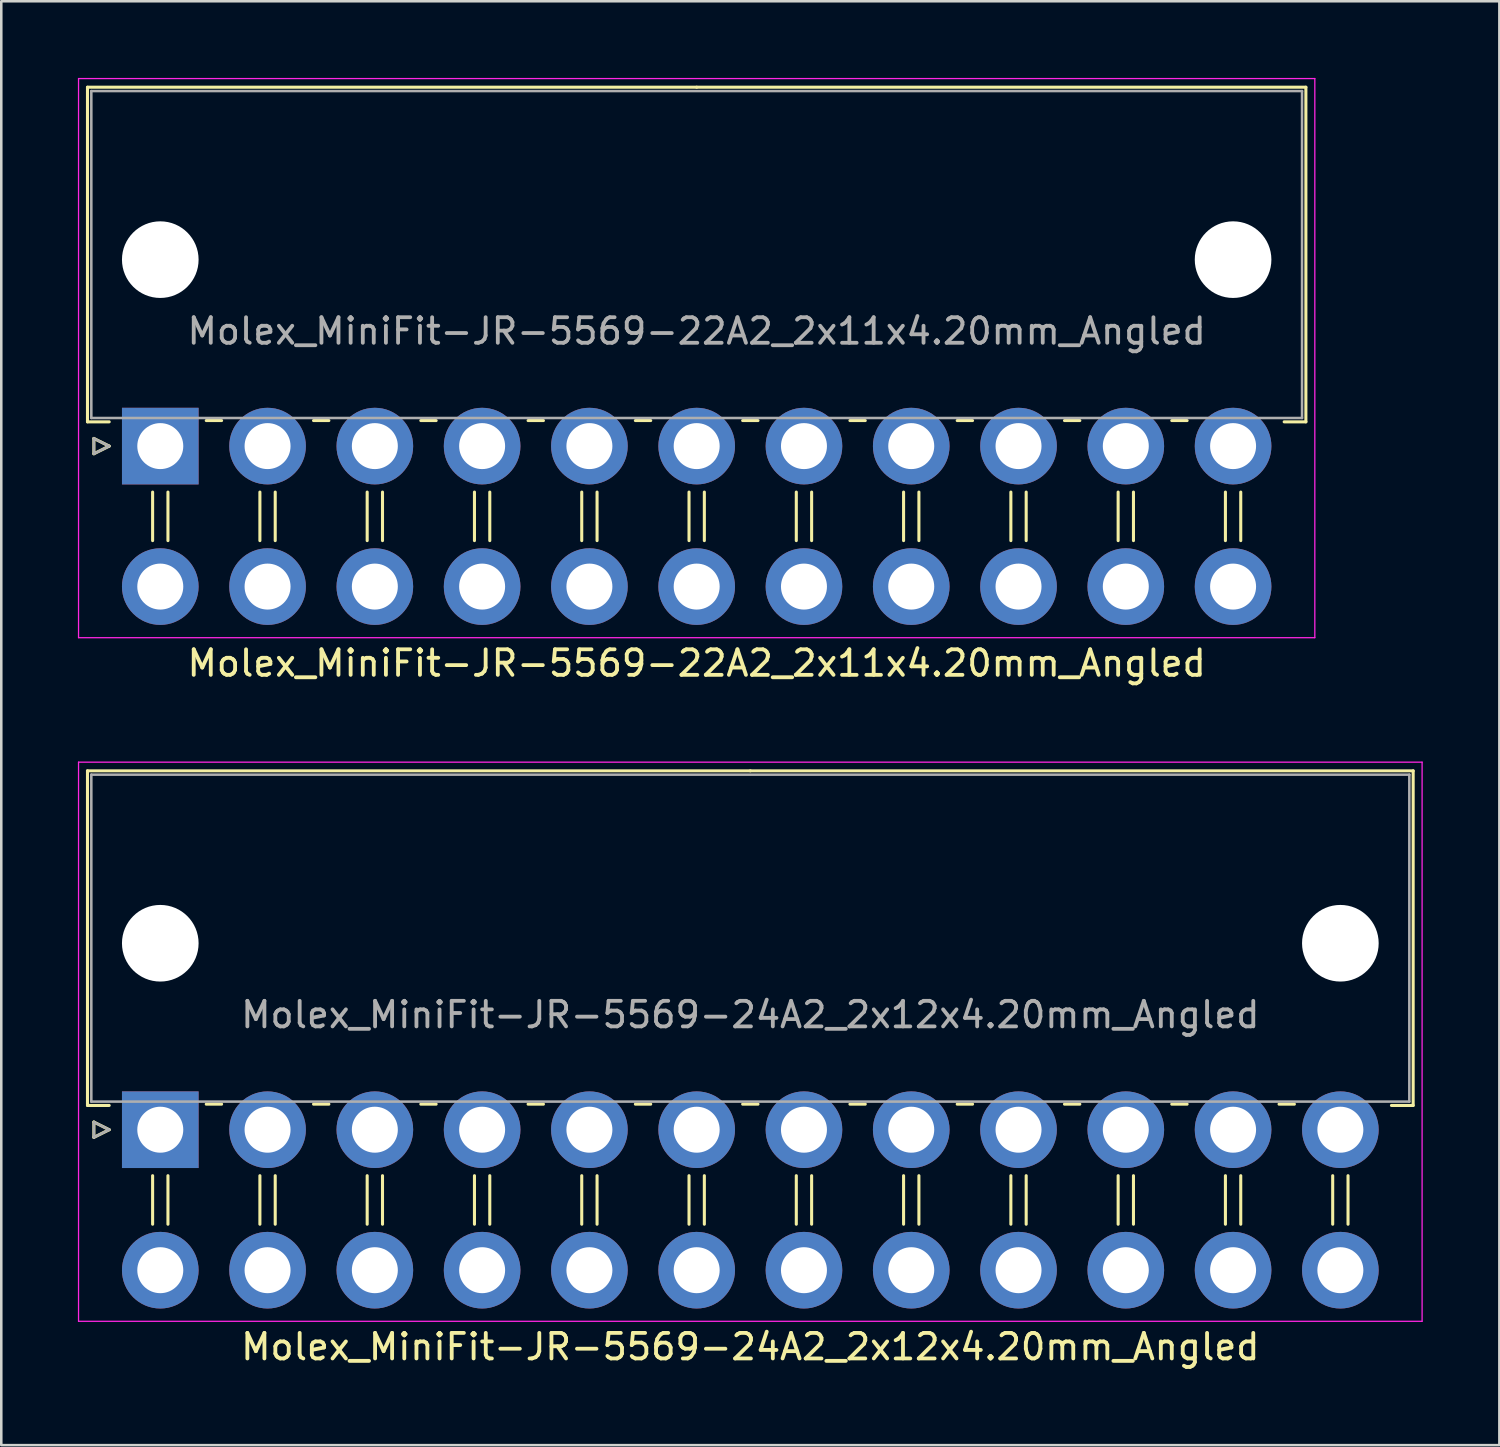
<source format=kicad_pcb>
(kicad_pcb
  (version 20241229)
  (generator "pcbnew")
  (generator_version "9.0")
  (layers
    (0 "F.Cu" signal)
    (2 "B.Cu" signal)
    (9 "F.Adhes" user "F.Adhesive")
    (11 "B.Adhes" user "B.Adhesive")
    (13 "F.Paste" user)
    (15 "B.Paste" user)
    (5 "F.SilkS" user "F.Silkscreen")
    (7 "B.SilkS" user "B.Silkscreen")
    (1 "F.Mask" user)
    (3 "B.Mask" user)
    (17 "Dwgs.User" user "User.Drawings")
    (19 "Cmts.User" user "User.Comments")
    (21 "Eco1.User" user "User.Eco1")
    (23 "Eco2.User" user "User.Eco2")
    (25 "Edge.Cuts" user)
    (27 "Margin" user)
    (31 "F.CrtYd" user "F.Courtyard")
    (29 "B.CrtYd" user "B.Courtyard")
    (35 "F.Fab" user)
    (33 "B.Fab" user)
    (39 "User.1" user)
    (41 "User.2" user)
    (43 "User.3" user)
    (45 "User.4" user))
  (footprint "Molex_MiniFit-JR-5569-24A2_2x12x4.20mm_Angled"
    (layer "F.Cu")
    (at 3.225 41.178)
    (property "Reference" "Molex_MiniFit-JR-5569-24A2_2x12x4.20mm_Angled" (at 23.1 8.5 0) (layer "F.SilkS") (effects (font (size 1 1) (thickness 0.15))))
    (attr through_hole)
    (fp_line (start -2.85 -14.05) (end 23.1 -14.05) (stroke (width 0.12) (type solid)) (layer "F.SilkS"))
    (fp_line (start -2.85 -0.95) (end -2.85 -14.05) (stroke (width 0.12) (type solid)) (layer "F.SilkS"))
    (fp_line (start -2.6 -0.3) (end -2 0) (stroke (width 0.12) (type solid)) (layer "F.SilkS"))
    (fp_line (start -2.6 0.3) (end -2.6 -0.3) (stroke (width 0.12) (type solid)) (layer "F.SilkS"))
    (fp_line (start -2 -0.95) (end -2.85 -0.95) (stroke (width 0.12) (type solid)) (layer "F.SilkS"))
    (fp_line (start -2 0) (end -2.6 0.3) (stroke (width 0.12) (type solid)) (layer "F.SilkS"))
    (fp_line (start -0.3 1.8) (end -0.3 3.7) (stroke (width 0.12) (type solid)) (layer "F.SilkS"))
    (fp_line (start 0.3 1.8) (end 0.3 3.7) (stroke (width 0.12) (type solid)) (layer "F.SilkS"))
    (fp_line (start 1.8 -1) (end 2.4 -1) (stroke (width 0.12) (type solid)) (layer "F.SilkS"))
    (fp_line (start 3.9 1.8) (end 3.9 3.7) (stroke (width 0.12) (type solid)) (layer "F.SilkS"))
    (fp_line (start 4.5 1.8) (end 4.5 3.7) (stroke (width 0.12) (type solid)) (layer "F.SilkS"))
    (fp_line (start 6 -1) (end 6.6 -1) (stroke (width 0.12) (type solid)) (layer "F.SilkS"))
    (fp_line (start 8.1 1.8) (end 8.1 3.7) (stroke (width 0.12) (type solid)) (layer "F.SilkS"))
    (fp_line (start 8.7 1.8) (end 8.7 3.7) (stroke (width 0.12) (type solid)) (layer "F.SilkS"))
    (fp_line (start 10.2 -1) (end 10.8 -1) (stroke (width 0.12) (type solid)) (layer "F.SilkS"))
    (fp_line (start 12.3 1.8) (end 12.3 3.7) (stroke (width 0.12) (type solid)) (layer "F.SilkS"))
    (fp_line (start 12.9 1.8) (end 12.9 3.7) (stroke (width 0.12) (type solid)) (layer "F.SilkS"))
    (fp_line (start 14.4 -1) (end 15 -1) (stroke (width 0.12) (type solid)) (layer "F.SilkS"))
    (fp_line (start 16.5 1.8) (end 16.5 3.7) (stroke (width 0.12) (type solid)) (layer "F.SilkS"))
    (fp_line (start 17.1 1.8) (end 17.1 3.7) (stroke (width 0.12) (type solid)) (layer "F.SilkS"))
    (fp_line (start 18.6 -1) (end 19.2 -1) (stroke (width 0.12) (type solid)) (layer "F.SilkS"))
    (fp_line (start 20.7 1.8) (end 20.7 3.7) (stroke (width 0.12) (type solid)) (layer "F.SilkS"))
    (fp_line (start 21.3 1.8) (end 21.3 3.7) (stroke (width 0.12) (type solid)) (layer "F.SilkS"))
    (fp_line (start 22.8 -1) (end 23.4 -1) (stroke (width 0.12) (type solid)) (layer "F.SilkS"))
    (fp_line (start 24.9 1.8) (end 24.9 3.7) (stroke (width 0.12) (type solid)) (layer "F.SilkS"))
    (fp_line (start 25.5 1.8) (end 25.5 3.7) (stroke (width 0.12) (type solid)) (layer "F.SilkS"))
    (fp_line (start 27 -1) (end 27.6 -1) (stroke (width 0.12) (type solid)) (layer "F.SilkS"))
    (fp_line (start 29.1 1.8) (end 29.1 3.7) (stroke (width 0.12) (type solid)) (layer "F.SilkS"))
    (fp_line (start 29.7 1.8) (end 29.7 3.7) (stroke (width 0.12) (type solid)) (layer "F.SilkS"))
    (fp_line (start 31.2 -1) (end 31.8 -1) (stroke (width 0.12) (type solid)) (layer "F.SilkS"))
    (fp_line (start 33.3 1.8) (end 33.3 3.7) (stroke (width 0.12) (type solid)) (layer "F.SilkS"))
    (fp_line (start 33.9 1.8) (end 33.9 3.7) (stroke (width 0.12) (type solid)) (layer "F.SilkS"))
    (fp_line (start 35.4 -1) (end 36 -1) (stroke (width 0.12) (type solid)) (layer "F.SilkS"))
    (fp_line (start 37.5 1.8) (end 37.5 3.7) (stroke (width 0.12) (type solid)) (layer "F.SilkS"))
    (fp_line (start 38.1 1.8) (end 38.1 3.7) (stroke (width 0.12) (type solid)) (layer "F.SilkS"))
    (fp_line (start 39.6 -1) (end 40.2 -1) (stroke (width 0.12) (type solid)) (layer "F.SilkS"))
    (fp_line (start 41.7 1.8) (end 41.7 3.7) (stroke (width 0.12) (type solid)) (layer "F.SilkS"))
    (fp_line (start 42.3 1.8) (end 42.3 3.7) (stroke (width 0.12) (type solid)) (layer "F.SilkS"))
    (fp_line (start 43.8 -1) (end 44.4 -1) (stroke (width 0.12) (type solid)) (layer "F.SilkS"))
    (fp_line (start 45.9 1.8) (end 45.9 3.7) (stroke (width 0.12) (type solid)) (layer "F.SilkS"))
    (fp_line (start 46.5 1.8) (end 46.5 3.7) (stroke (width 0.12) (type solid)) (layer "F.SilkS"))
    (fp_line (start 48.2 -0.95) (end 49.05 -0.95) (stroke (width 0.12) (type solid)) (layer "F.SilkS"))
    (fp_line (start 49.05 -14.05) (end 23.1 -14.05) (stroke (width 0.12) (type solid)) (layer "F.SilkS"))
    (fp_line (start 49.05 -0.95) (end 49.05 -14.05) (stroke (width 0.12) (type solid)) (layer "F.SilkS"))
    (fp_line (start -3.2 -14.39) (end -3.2 7.5) (stroke (width 0.05) (type solid)) (layer "F.CrtYd"))
    (fp_line (start -3.2 7.5) (end 49.4 7.5) (stroke (width 0.05) (type solid)) (layer "F.CrtYd"))
    (fp_line (start 49.4 -14.39) (end -3.2 -14.39) (stroke (width 0.05) (type solid)) (layer "F.CrtYd"))
    (fp_line (start 49.4 7.5) (end 49.4 -14.39) (stroke (width 0.05) (type solid)) (layer "F.CrtYd"))
    (fp_line (start -2.7 -13.9) (end -2.7 -1.1) (stroke (width 0.1) (type solid)) (layer "F.Fab"))
    (fp_line (start -2.7 -1.1) (end 48.9 -1.1) (stroke (width 0.1) (type solid)) (layer "F.Fab"))
    (fp_line (start -2.6 -0.3) (end -2 0) (stroke (width 0.1) (type solid)) (layer "F.Fab"))
    (fp_line (start -2.6 0.3) (end -2.6 -0.3) (stroke (width 0.1) (type solid)) (layer "F.Fab"))
    (fp_line (start -2 0) (end -2.6 0.3) (stroke (width 0.1) (type solid)) (layer "F.Fab"))
    (fp_line (start 48.9 -13.9) (end -2.7 -13.9) (stroke (width 0.1) (type solid)) (layer "F.Fab"))
    (fp_line (start 48.9 -1.1) (end 48.9 -13.9) (stroke (width 0.1) (type solid)) (layer "F.Fab"))
    (fp_text user "${REFERENCE}" (at 23.1 -4.5 0) (layer "F.Fab") (effects (font (size 1 1) (thickness 0.15))))
    (pad "" np_thru_hole circle (at 0 -7.3) (size 3 3) (drill 3) (layers "*.Cu" "*.Mask"))
    (pad "" np_thru_hole circle (at 46.2 -7.3) (size 3 3) (drill 3) (layers "*.Cu" "*.Mask"))
    (pad "1" thru_hole rect (at 0 0) (size 3 3) (drill 1.8) (layers "*.Cu" "*.Mask"))
    (pad "2" thru_hole circle (at 4.2 0) (size 3 3) (drill 1.8) (layers "*.Cu" "*.Mask"))
    (pad "3" thru_hole circle (at 8.4 0) (size 3 3) (drill 1.8) (layers "*.Cu" "*.Mask"))
    (pad "4" thru_hole circle (at 12.6 0) (size 3 3) (drill 1.8) (layers "*.Cu" "*.Mask"))
    (pad "5" thru_hole circle (at 16.8 0) (size 3 3) (drill 1.8) (layers "*.Cu" "*.Mask"))
    (pad "6" thru_hole circle (at 21 0) (size 3 3) (drill 1.8) (layers "*.Cu" "*.Mask"))
    (pad "7" thru_hole circle (at 25.2 0) (size 3 3) (drill 1.8) (layers "*.Cu" "*.Mask"))
    (pad "8" thru_hole circle (at 29.4 0) (size 3 3) (drill 1.8) (layers "*.Cu" "*.Mask"))
    (pad "9" thru_hole circle (at 33.6 0) (size 3 3) (drill 1.8) (layers "*.Cu" "*.Mask"))
    (pad "10" thru_hole circle (at 37.8 0) (size 3 3) (drill 1.8) (layers "*.Cu" "*.Mask"))
    (pad "11" thru_hole circle (at 42 0) (size 3 3) (drill 1.8) (layers "*.Cu" "*.Mask"))
    (pad "12" thru_hole circle (at 46.2 0) (size 3 3) (drill 1.8) (layers "*.Cu" "*.Mask"))
    (pad "13" thru_hole circle (at 0 5.5) (size 3 3) (drill 1.8) (layers "*.Cu" "*.Mask"))
    (pad "14" thru_hole circle (at 4.2 5.5) (size 3 3) (drill 1.8) (layers "*.Cu" "*.Mask"))
    (pad "15" thru_hole circle (at 8.4 5.5) (size 3 3) (drill 1.8) (layers "*.Cu" "*.Mask"))
    (pad "16" thru_hole circle (at 12.6 5.5) (size 3 3) (drill 1.8) (layers "*.Cu" "*.Mask"))
    (pad "17" thru_hole circle (at 16.8 5.5) (size 3 3) (drill 1.8) (layers "*.Cu" "*.Mask"))
    (pad "18" thru_hole circle (at 21 5.5) (size 3 3) (drill 1.8) (layers "*.Cu" "*.Mask"))
    (pad "19" thru_hole circle (at 25.2 5.5) (size 3 3) (drill 1.8) (layers "*.Cu" "*.Mask"))
    (pad "20" thru_hole circle (at 29.4 5.5) (size 3 3) (drill 1.8) (layers "*.Cu" "*.Mask"))
    (pad "21" thru_hole circle (at 33.6 5.5) (size 3 3) (drill 1.8) (layers "*.Cu" "*.Mask"))
    (pad "22" thru_hole circle (at 37.8 5.5) (size 3 3) (drill 1.8) (layers "*.Cu" "*.Mask"))
    (pad "23" thru_hole circle (at 42 5.5) (size 3 3) (drill 1.8) (layers "*.Cu" "*.Mask"))
    (pad "24" thru_hole circle (at 46.2 5.5) (size 3 3) (drill 1.8) (layers "*.Cu" "*.Mask")))
  (footprint "Molex_MiniFit-JR-5569-22A2_2x11x4.20mm_Angled"
    (layer "F.Cu")
    (at 3.225 14.415)
    (property "Reference" "Molex_MiniFit-JR-5569-22A2_2x11x4.20mm_Angled" (at 21 8.5 0) (layer "F.SilkS") (effects (font (size 1 1) (thickness 0.15))))
    (attr through_hole)
    (fp_line (start -2.85 -14.05) (end 21 -14.05) (stroke (width 0.12) (type solid)) (layer "F.SilkS"))
    (fp_line (start -2.85 -0.95) (end -2.85 -14.05) (stroke (width 0.12) (type solid)) (layer "F.SilkS"))
    (fp_line (start -2.6 -0.3) (end -2 0) (stroke (width 0.12) (type solid)) (layer "F.SilkS"))
    (fp_line (start -2.6 0.3) (end -2.6 -0.3) (stroke (width 0.12) (type solid)) (layer "F.SilkS"))
    (fp_line (start -2 -0.95) (end -2.85 -0.95) (stroke (width 0.12) (type solid)) (layer "F.SilkS"))
    (fp_line (start -2 0) (end -2.6 0.3) (stroke (width 0.12) (type solid)) (layer "F.SilkS"))
    (fp_line (start -0.3 1.8) (end -0.3 3.7) (stroke (width 0.12) (type solid)) (layer "F.SilkS"))
    (fp_line (start 0.3 1.8) (end 0.3 3.7) (stroke (width 0.12) (type solid)) (layer "F.SilkS"))
    (fp_line (start 1.8 -1) (end 2.4 -1) (stroke (width 0.12) (type solid)) (layer "F.SilkS"))
    (fp_line (start 3.9 1.8) (end 3.9 3.7) (stroke (width 0.12) (type solid)) (layer "F.SilkS"))
    (fp_line (start 4.5 1.8) (end 4.5 3.7) (stroke (width 0.12) (type solid)) (layer "F.SilkS"))
    (fp_line (start 6 -1) (end 6.6 -1) (stroke (width 0.12) (type solid)) (layer "F.SilkS"))
    (fp_line (start 8.1 1.8) (end 8.1 3.7) (stroke (width 0.12) (type solid)) (layer "F.SilkS"))
    (fp_line (start 8.7 1.8) (end 8.7 3.7) (stroke (width 0.12) (type solid)) (layer "F.SilkS"))
    (fp_line (start 10.2 -1) (end 10.8 -1) (stroke (width 0.12) (type solid)) (layer "F.SilkS"))
    (fp_line (start 12.3 1.8) (end 12.3 3.7) (stroke (width 0.12) (type solid)) (layer "F.SilkS"))
    (fp_line (start 12.9 1.8) (end 12.9 3.7) (stroke (width 0.12) (type solid)) (layer "F.SilkS"))
    (fp_line (start 14.4 -1) (end 15 -1) (stroke (width 0.12) (type solid)) (layer "F.SilkS"))
    (fp_line (start 16.5 1.8) (end 16.5 3.7) (stroke (width 0.12) (type solid)) (layer "F.SilkS"))
    (fp_line (start 17.1 1.8) (end 17.1 3.7) (stroke (width 0.12) (type solid)) (layer "F.SilkS"))
    (fp_line (start 18.6 -1) (end 19.2 -1) (stroke (width 0.12) (type solid)) (layer "F.SilkS"))
    (fp_line (start 20.7 1.8) (end 20.7 3.7) (stroke (width 0.12) (type solid)) (layer "F.SilkS"))
    (fp_line (start 21.3 1.8) (end 21.3 3.7) (stroke (width 0.12) (type solid)) (layer "F.SilkS"))
    (fp_line (start 22.8 -1) (end 23.4 -1) (stroke (width 0.12) (type solid)) (layer "F.SilkS"))
    (fp_line (start 24.9 1.8) (end 24.9 3.7) (stroke (width 0.12) (type solid)) (layer "F.SilkS"))
    (fp_line (start 25.5 1.8) (end 25.5 3.7) (stroke (width 0.12) (type solid)) (layer "F.SilkS"))
    (fp_line (start 27 -1) (end 27.6 -1) (stroke (width 0.12) (type solid)) (layer "F.SilkS"))
    (fp_line (start 29.1 1.8) (end 29.1 3.7) (stroke (width 0.12) (type solid)) (layer "F.SilkS"))
    (fp_line (start 29.7 1.8) (end 29.7 3.7) (stroke (width 0.12) (type solid)) (layer "F.SilkS"))
    (fp_line (start 31.2 -1) (end 31.8 -1) (stroke (width 0.12) (type solid)) (layer "F.SilkS"))
    (fp_line (start 33.3 1.8) (end 33.3 3.7) (stroke (width 0.12) (type solid)) (layer "F.SilkS"))
    (fp_line (start 33.9 1.8) (end 33.9 3.7) (stroke (width 0.12) (type solid)) (layer "F.SilkS"))
    (fp_line (start 35.4 -1) (end 36 -1) (stroke (width 0.12) (type solid)) (layer "F.SilkS"))
    (fp_line (start 37.5 1.8) (end 37.5 3.7) (stroke (width 0.12) (type solid)) (layer "F.SilkS"))
    (fp_line (start 38.1 1.8) (end 38.1 3.7) (stroke (width 0.12) (type solid)) (layer "F.SilkS"))
    (fp_line (start 39.6 -1) (end 40.2 -1) (stroke (width 0.12) (type solid)) (layer "F.SilkS"))
    (fp_line (start 41.7 1.8) (end 41.7 3.7) (stroke (width 0.12) (type solid)) (layer "F.SilkS"))
    (fp_line (start 42.3 1.8) (end 42.3 3.7) (stroke (width 0.12) (type solid)) (layer "F.SilkS"))
    (fp_line (start 44 -0.95) (end 44.85 -0.95) (stroke (width 0.12) (type solid)) (layer "F.SilkS"))
    (fp_line (start 44.85 -14.05) (end 21 -14.05) (stroke (width 0.12) (type solid)) (layer "F.SilkS"))
    (fp_line (start 44.85 -0.95) (end 44.85 -14.05) (stroke (width 0.12) (type solid)) (layer "F.SilkS"))
    (fp_line (start -3.2 -14.39) (end -3.2 7.5) (stroke (width 0.05) (type solid)) (layer "F.CrtYd"))
    (fp_line (start -3.2 7.5) (end 45.2 7.5) (stroke (width 0.05) (type solid)) (layer "F.CrtYd"))
    (fp_line (start 45.2 -14.39) (end -3.2 -14.39) (stroke (width 0.05) (type solid)) (layer "F.CrtYd"))
    (fp_line (start 45.2 7.5) (end 45.2 -14.39) (stroke (width 0.05) (type solid)) (layer "F.CrtYd"))
    (fp_line (start -2.7 -13.9) (end -2.7 -1.1) (stroke (width 0.1) (type solid)) (layer "F.Fab"))
    (fp_line (start -2.7 -1.1) (end 44.7 -1.1) (stroke (width 0.1) (type solid)) (layer "F.Fab"))
    (fp_line (start -2.6 -0.3) (end -2 0) (stroke (width 0.1) (type solid)) (layer "F.Fab"))
    (fp_line (start -2.6 0.3) (end -2.6 -0.3) (stroke (width 0.1) (type solid)) (layer "F.Fab"))
    (fp_line (start -2 0) (end -2.6 0.3) (stroke (width 0.1) (type solid)) (layer "F.Fab"))
    (fp_line (start 44.7 -13.9) (end -2.7 -13.9) (stroke (width 0.1) (type solid)) (layer "F.Fab"))
    (fp_line (start 44.7 -1.1) (end 44.7 -13.9) (stroke (width 0.1) (type solid)) (layer "F.Fab"))
    (fp_text user "${REFERENCE}" (at 21 -4.5 0) (layer "F.Fab") (effects (font (size 1 1) (thickness 0.15))))
    (pad "" np_thru_hole circle (at 0 -7.3) (size 3 3) (drill 3) (layers "*.Cu" "*.Mask"))
    (pad "" np_thru_hole circle (at 42 -7.3) (size 3 3) (drill 3) (layers "*.Cu" "*.Mask"))
    (pad "1" thru_hole rect (at 0 0) (size 3 3) (drill 1.8) (layers "*.Cu" "*.Mask"))
    (pad "2" thru_hole circle (at 4.2 0) (size 3 3) (drill 1.8) (layers "*.Cu" "*.Mask"))
    (pad "3" thru_hole circle (at 8.4 0) (size 3 3) (drill 1.8) (layers "*.Cu" "*.Mask"))
    (pad "4" thru_hole circle (at 12.6 0) (size 3 3) (drill 1.8) (layers "*.Cu" "*.Mask"))
    (pad "5" thru_hole circle (at 16.8 0) (size 3 3) (drill 1.8) (layers "*.Cu" "*.Mask"))
    (pad "6" thru_hole circle (at 21 0) (size 3 3) (drill 1.8) (layers "*.Cu" "*.Mask"))
    (pad "7" thru_hole circle (at 25.2 0) (size 3 3) (drill 1.8) (layers "*.Cu" "*.Mask"))
    (pad "8" thru_hole circle (at 29.4 0) (size 3 3) (drill 1.8) (layers "*.Cu" "*.Mask"))
    (pad "9" thru_hole circle (at 33.6 0) (size 3 3) (drill 1.8) (layers "*.Cu" "*.Mask"))
    (pad "10" thru_hole circle (at 37.8 0) (size 3 3) (drill 1.8) (layers "*.Cu" "*.Mask"))
    (pad "11" thru_hole circle (at 42 0) (size 3 3) (drill 1.8) (layers "*.Cu" "*.Mask"))
    (pad "12" thru_hole circle (at 0 5.5) (size 3 3) (drill 1.8) (layers "*.Cu" "*.Mask"))
    (pad "13" thru_hole circle (at 4.2 5.5) (size 3 3) (drill 1.8) (layers "*.Cu" "*.Mask"))
    (pad "14" thru_hole circle (at 8.4 5.5) (size 3 3) (drill 1.8) (layers "*.Cu" "*.Mask"))
    (pad "15" thru_hole circle (at 12.6 5.5) (size 3 3) (drill 1.8) (layers "*.Cu" "*.Mask"))
    (pad "16" thru_hole circle (at 16.8 5.5) (size 3 3) (drill 1.8) (layers "*.Cu" "*.Mask"))
    (pad "17" thru_hole circle (at 21 5.5) (size 3 3) (drill 1.8) (layers "*.Cu" "*.Mask"))
    (pad "18" thru_hole circle (at 25.2 5.5) (size 3 3) (drill 1.8) (layers "*.Cu" "*.Mask"))
    (pad "19" thru_hole circle (at 29.4 5.5) (size 3 3) (drill 1.8) (layers "*.Cu" "*.Mask"))
    (pad "20" thru_hole circle (at 33.6 5.5) (size 3 3) (drill 1.8) (layers "*.Cu" "*.Mask"))
    (pad "21" thru_hole circle (at 37.8 5.5) (size 3 3) (drill 1.8) (layers "*.Cu" "*.Mask"))
    (pad "22" thru_hole circle (at 42 5.5) (size 3 3) (drill 1.8) (layers "*.Cu" "*.Mask")))
  (gr_rect
    (start -3 -3)
    (end 55.65 53.526)
    (stroke (width 0.1) (type default))
    (fill no)
    (layer "Edge.Cuts")))
</source>
